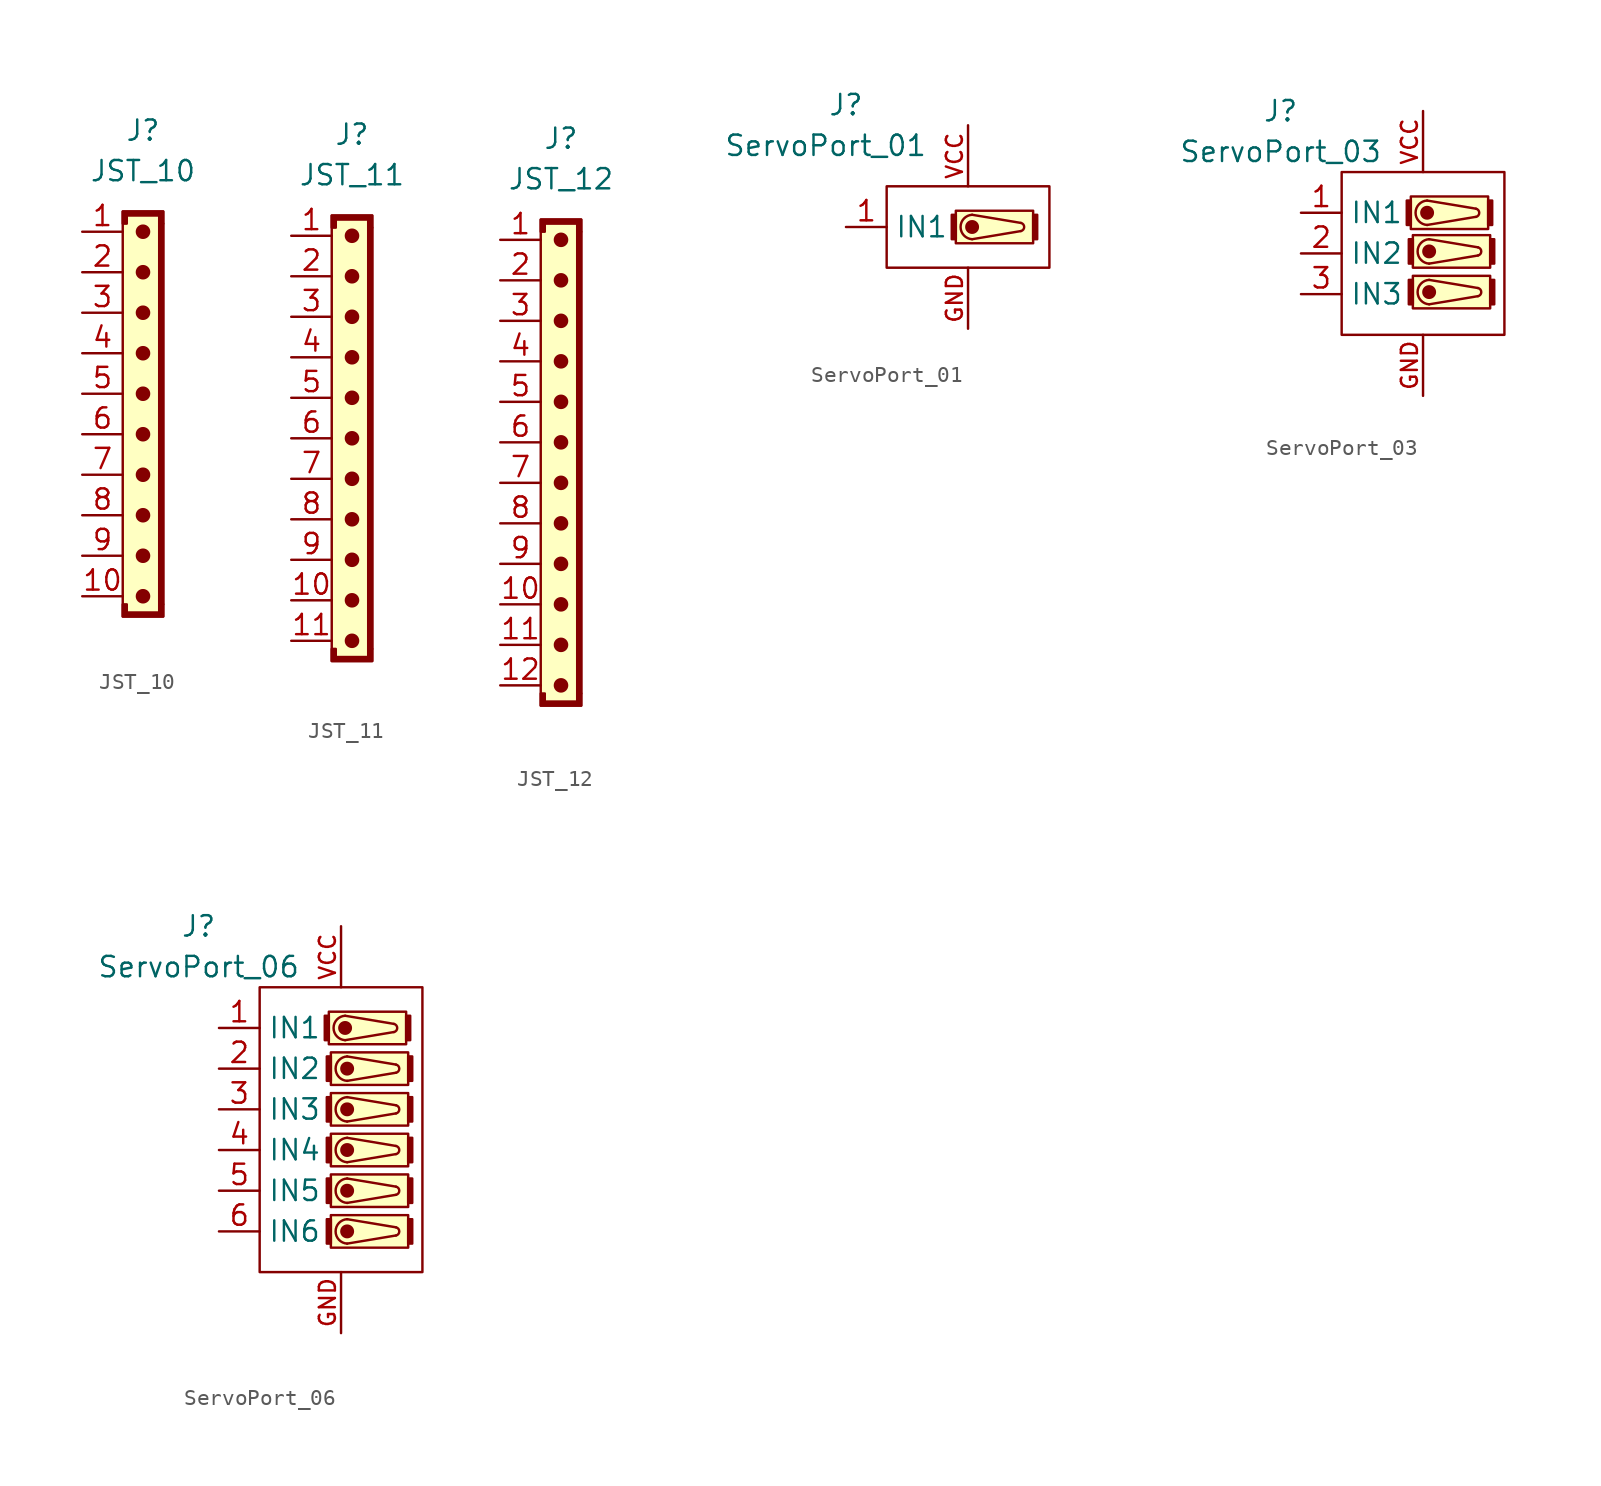
<source format=kicad_sym>
(kicad_symbol_lib
  (version 20220914)
  (generator kicad_symbol_editor)
  (symbol "JST_10"
    (property "Reference" "J"
      (at 0 18.034 0)
      (effects (font (size 1.27 1.27))))
    (property "Value" "JST_10"
      (at 0 15.494 0)
      (effects (font (size 1.27 1.27))))
    (symbol "JST_10_0_1"
      (rectangle (start -1.27 12.954) (end 1.27 -12.446) (stroke (width 0) (type default)) (fill (type background)))
      (circle (center 0 -11.176) (radius 0.381) (stroke (width 0) (type default)) (fill (type outline)))
      (circle (center 0 -8.636) (radius 0.381) (stroke (width 0) (type default)) (fill (type outline)))
      (circle (center 0 -6.096) (radius 0.381) (stroke (width 0) (type default)) (fill (type outline)))
      (circle (center 0 -3.556) (radius 0.381) (stroke (width 0) (type default)) (fill (type outline)))
      (circle (center 0 -1.016) (radius 0.381) (stroke (width 0) (type default)) (fill (type outline)))
      (polyline (pts (xy -1.27 -11.684) (xy -1.27 -12.446) (xy 1.27 -12.446) (xy 1.27 -11.684) (xy 1.016 -11.684) (xy 1.016 -12.192) (xy -1.016 -12.192) (xy -1.016 -11.684) (xy -1.27 -11.684)) (stroke (width 0) (type default)) (fill (type outline)))
      (polyline (pts (xy 1.27 12.192) (xy 1.27 12.954) (xy -1.27 12.954) (xy -1.27 12.192) (xy -1.016 12.192) (xy -1.016 12.7) (xy 1.016 12.7) (xy 1.016 12.192) (xy 1.27 12.192)) (stroke (width 0) (type default)) (fill (type outline)))
      (circle (center 0 1.524) (radius 0.381) (stroke (width 0) (type default)) (fill (type outline)))
      (circle (center 0 4.064) (radius 0.381) (stroke (width 0) (type default)) (fill (type outline)))
      (circle (center 0 6.604) (radius 0.381) (stroke (width 0) (type default)) (fill (type outline)))
      (circle (center 0 9.144) (radius 0.381) (stroke (width 0) (type default)) (fill (type outline)))
      (circle (center 0 11.684) (radius 0.381) (stroke (width 0) (type default)) (fill (type outline)))
      (rectangle (start 1.016 12.192) (end 1.27 -11.684) (stroke (width 0) (type default)) (fill (type outline))))
    (symbol "JST_10_1_1"
      (pin passive line (at -3.81 11.684 0) (length 2.54) (name "" (effects (font (size 1.27 1.27)))) (number "1" (effects (font (size 1.27 1.27)))))
      (pin passive line (at -3.81 -11.176 0) (length 2.54) (name "" (effects (font (size 1.27 1.27)))) (number "10" (effects (font (size 1.27 1.27)))))
      (pin passive line (at -3.81 9.144 0) (length 2.54) (name "" (effects (font (size 1.27 1.27)))) (number "2" (effects (font (size 1.27 1.27)))))
      (pin passive line (at -3.81 6.604 0) (length 2.54) (name "" (effects (font (size 1.27 1.27)))) (number "3" (effects (font (size 1.27 1.27)))))
      (pin passive line (at -3.81 4.064 0) (length 2.54) (name "" (effects (font (size 1.27 1.27)))) (number "4" (effects (font (size 1.27 1.27)))))
      (pin passive line (at -3.81 1.524 0) (length 2.54) (name "" (effects (font (size 1.27 1.27)))) (number "5" (effects (font (size 1.27 1.27)))))
      (pin passive line (at -3.81 -1.016 0) (length 2.54) (name "" (effects (font (size 1.27 1.27)))) (number "6" (effects (font (size 1.27 1.27)))))
      (pin passive line (at -3.81 -3.556 0) (length 2.54) (name "" (effects (font (size 1.27 1.27)))) (number "7" (effects (font (size 1.27 1.27)))))
      (pin passive line (at -3.81 -6.096 0) (length 2.54) (name "" (effects (font (size 1.27 1.27)))) (number "8" (effects (font (size 1.27 1.27)))))
      (pin passive line (at -3.81 -8.636 0) (length 2.54) (name "" (effects (font (size 1.27 1.27)))) (number "9" (effects (font (size 1.27 1.27)))))))
  (symbol "JST_11"
    (property "Reference" "J"
      (at 0.254 19.05 0)
      (effects (font (size 1.27 1.27))))
    (property "Value" "JST_11"
      (at 0.254 16.51 0)
      (effects (font (size 1.27 1.27))))
    (symbol "JST_11_0_1"
      (rectangle (start -1.016 13.97) (end 1.524 -13.97) (stroke (width 0) (type default)) (fill (type background)))
      (polyline (pts (xy -1.016 -13.208) (xy -1.016 -13.97) (xy 1.524 -13.97) (xy 1.524 -13.208) (xy 1.27 -13.208) (xy 1.27 -13.716) (xy -0.762 -13.716) (xy -0.762 -13.208) (xy -1.016 -13.208)) (stroke (width 0) (type default)) (fill (type outline)))
      (polyline (pts (xy 1.524 13.208) (xy 1.524 13.97) (xy -1.016 13.97) (xy -1.016 13.208) (xy -0.762 13.208) (xy -0.762 13.716) (xy 1.27 13.716) (xy 1.27 13.208) (xy 1.524 13.208)) (stroke (width 0) (type default)) (fill (type outline)))
      (circle (center 0.254 -12.7) (radius 0.381) (stroke (width 0) (type default)) (fill (type outline)))
      (circle (center 0.254 -10.16) (radius 0.381) (stroke (width 0) (type default)) (fill (type outline)))
      (circle (center 0.254 -7.62) (radius 0.381) (stroke (width 0) (type default)) (fill (type outline)))
      (circle (center 0.254 -5.08) (radius 0.381) (stroke (width 0) (type default)) (fill (type outline)))
      (circle (center 0.254 -2.54) (radius 0.381) (stroke (width 0) (type default)) (fill (type outline)))
      (circle (center 0.254 0) (radius 0.381) (stroke (width 0) (type default)) (fill (type outline)))
      (circle (center 0.254 2.54) (radius 0.381) (stroke (width 0) (type default)) (fill (type outline)))
      (circle (center 0.254 5.08) (radius 0.381) (stroke (width 0) (type default)) (fill (type outline)))
      (circle (center 0.254 7.62) (radius 0.381) (stroke (width 0) (type default)) (fill (type outline)))
      (circle (center 0.254 10.16) (radius 0.381) (stroke (width 0) (type default)) (fill (type outline)))
      (circle (center 0.254 12.7) (radius 0.381) (stroke (width 0) (type default)) (fill (type outline)))
      (rectangle (start 1.27 13.208) (end 1.524 -13.208) (stroke (width 0) (type default)) (fill (type outline))))
    (symbol "JST_11_1_1"
      (pin passive line (at -3.556 12.7 0) (length 2.54) (name "" (effects (font (size 1.27 1.27)))) (number "1" (effects (font (size 1.27 1.27)))))
      (pin passive line (at -3.556 -10.16 0) (length 2.54) (name "" (effects (font (size 1.27 1.27)))) (number "10" (effects (font (size 1.27 1.27)))))
      (pin passive line (at -3.556 -12.7 0) (length 2.54) (name "" (effects (font (size 1.27 1.27)))) (number "11" (effects (font (size 1.27 1.27)))))
      (pin passive line (at -3.556 10.16 0) (length 2.54) (name "" (effects (font (size 1.27 1.27)))) (number "2" (effects (font (size 1.27 1.27)))))
      (pin passive line (at -3.556 7.62 0) (length 2.54) (name "" (effects (font (size 1.27 1.27)))) (number "3" (effects (font (size 1.27 1.27)))))
      (pin passive line (at -3.556 5.08 0) (length 2.54) (name "" (effects (font (size 1.27 1.27)))) (number "4" (effects (font (size 1.27 1.27)))))
      (pin passive line (at -3.556 2.54 0) (length 2.54) (name "" (effects (font (size 1.27 1.27)))) (number "5" (effects (font (size 1.27 1.27)))))
      (pin passive line (at -3.556 0 0) (length 2.54) (name "" (effects (font (size 1.27 1.27)))) (number "6" (effects (font (size 1.27 1.27)))))
      (pin passive line (at -3.556 -2.54 0) (length 2.54) (name "" (effects (font (size 1.27 1.27)))) (number "7" (effects (font (size 1.27 1.27)))))
      (pin passive line (at -3.556 -5.08 0) (length 2.54) (name "" (effects (font (size 1.27 1.27)))) (number "8" (effects (font (size 1.27 1.27)))))
      (pin passive line (at -3.556 -7.62 0) (length 2.54) (name "" (effects (font (size 1.27 1.27)))) (number "9" (effects (font (size 1.27 1.27)))))))
  (symbol "JST_12"
    (property "Reference" "J"
      (at 0 20.574 0)
      (effects (font (size 1.27 1.27))))
    (property "Value" "JST_12"
      (at 0 18.034 0)
      (effects (font (size 1.27 1.27))))
    (symbol "JST_12_0_1"
      (rectangle (start -1.27 15.494) (end 1.27 -14.986) (stroke (width 0) (type default)) (fill (type background)))
      (circle (center 0 -13.716) (radius 0.381) (stroke (width 0) (type default)) (fill (type outline)))
      (circle (center 0 -11.176) (radius 0.381) (stroke (width 0) (type default)) (fill (type outline)))
      (circle (center 0 -8.636) (radius 0.381) (stroke (width 0) (type default)) (fill (type outline)))
      (circle (center 0 -6.096) (radius 0.381) (stroke (width 0) (type default)) (fill (type outline)))
      (circle (center 0 -3.556) (radius 0.381) (stroke (width 0) (type default)) (fill (type outline)))
      (circle (center 0 -1.016) (radius 0.381) (stroke (width 0) (type default)) (fill (type outline)))
      (polyline (pts (xy -1.27 -14.224) (xy -1.27 -14.986) (xy 1.27 -14.986) (xy 1.27 -14.224) (xy 1.016 -14.224) (xy 1.016 -14.732) (xy -1.016 -14.732) (xy -1.016 -14.224) (xy -1.27 -14.224)) (stroke (width 0) (type default)) (fill (type outline)))
      (polyline (pts (xy 1.27 14.732) (xy 1.27 15.494) (xy -1.27 15.494) (xy -1.27 14.732) (xy -1.016 14.732) (xy -1.016 15.24) (xy 1.016 15.24) (xy 1.016 14.732) (xy 1.27 14.732)) (stroke (width 0) (type default)) (fill (type outline)))
      (circle (center 0 1.524) (radius 0.381) (stroke (width 0) (type default)) (fill (type outline)))
      (circle (center 0 4.064) (radius 0.381) (stroke (width 0) (type default)) (fill (type outline)))
      (circle (center 0 6.604) (radius 0.381) (stroke (width 0) (type default)) (fill (type outline)))
      (circle (center 0 9.144) (radius 0.381) (stroke (width 0) (type default)) (fill (type outline)))
      (circle (center 0 11.684) (radius 0.381) (stroke (width 0) (type default)) (fill (type outline)))
      (circle (center 0 14.224) (radius 0.381) (stroke (width 0) (type default)) (fill (type outline)))
      (rectangle (start 1.016 14.732) (end 1.27 -14.224) (stroke (width 0) (type default)) (fill (type outline))))
    (symbol "JST_12_1_1"
      (pin passive line (at -3.81 14.224 0) (length 2.54) (name "" (effects (font (size 1.27 1.27)))) (number "1" (effects (font (size 1.27 1.27)))))
      (pin passive line (at -3.81 -8.636 0) (length 2.54) (name "" (effects (font (size 1.27 1.27)))) (number "10" (effects (font (size 1.27 1.27)))))
      (pin passive line (at -3.81 -11.176 0) (length 2.54) (name "" (effects (font (size 1.27 1.27)))) (number "11" (effects (font (size 1.27 1.27)))))
      (pin passive line (at -3.81 -13.716 0) (length 2.54) (name "" (effects (font (size 1.27 1.27)))) (number "12" (effects (font (size 1.27 1.27)))))
      (pin passive line (at -3.81 11.684 0) (length 2.54) (name "" (effects (font (size 1.27 1.27)))) (number "2" (effects (font (size 1.27 1.27)))))
      (pin passive line (at -3.81 9.144 0) (length 2.54) (name "" (effects (font (size 1.27 1.27)))) (number "3" (effects (font (size 1.27 1.27)))))
      (pin passive line (at -3.81 6.604 0) (length 2.54) (name "" (effects (font (size 1.27 1.27)))) (number "4" (effects (font (size 1.27 1.27)))))
      (pin passive line (at -3.81 4.064 0) (length 2.54) (name "" (effects (font (size 1.27 1.27)))) (number "5" (effects (font (size 1.27 1.27)))))
      (pin passive line (at -3.81 1.524 0) (length 2.54) (name "" (effects (font (size 1.27 1.27)))) (number "6" (effects (font (size 1.27 1.27)))))
      (pin passive line (at -3.81 -1.016 0) (length 2.54) (name "" (effects (font (size 1.27 1.27)))) (number "7" (effects (font (size 1.27 1.27)))))
      (pin passive line (at -3.81 -3.556 0) (length 2.54) (name "" (effects (font (size 1.27 1.27)))) (number "8" (effects (font (size 1.27 1.27)))))
      (pin passive line (at -3.81 -6.096 0) (length 2.54) (name "" (effects (font (size 1.27 1.27)))) (number "9" (effects (font (size 1.27 1.27)))))))
  (symbol "ServoPort_01"
    (property "Reference" "J"
      (at -7.62 7.62 0)
      (effects (font (size 1.27 1.27))))
    (property "Value" "ServoPort_01"
      (at -8.89 5.08 0)
      (effects (font (size 1.27 1.27))))
    (symbol "ServoPort_01_0_1"
      (rectangle (start -5.08 2.54) (end 5.08 -2.54) (stroke (width 0) (type default)) (fill (type none)))
      (rectangle (start -0.762 0.762) (end -1.016 -0.762) (stroke (width 0) (type default)) (fill (type outline)))
      (rectangle (start -0.762 1.016) (end 4.064 -1.016) (stroke (width 0) (type default)) (fill (type background)))
      (polyline (pts (xy 0.254 0.762) (xy 3.302 0.254)) (stroke (width 0) (type default)) (fill (type none)))
      (polyline (pts (xy 3.302 -0.254) (xy 0.254 -0.762)) (stroke (width 0) (type default)) (fill (type none)))
      (circle (center 0.254 0) (radius 0.359) (stroke (width 0) (type default)) (fill (type outline)))
      (arc (start 0.254 0.762) (mid -0.4664 0) (end 0.254 -0.762) (stroke (width 0) (type default)) (fill (type none)))
      (arc (start 3.302 -0.254) (mid 3.5069 0) (end 3.302 0.254) (stroke (width 0) (type default)) (fill (type none)))
      (rectangle (start 4.064 0.762) (end 4.318 -0.762) (stroke (width 0) (type default)) (fill (type outline))))
    (symbol "ServoPort_01_1_1"
      (pin input line (at -7.62 0 0) (length 2.54) (name "IN1" (effects (font (size 1.27 1.27)))) (number "1" (effects (font (size 1.27 1.27)))))
      (pin power_in line (at 0 -6.35 90) (length 3.81) (name "" (effects (font (size 1 1)))) (number "GND" (effects (font (size 1 1)))))
      (pin power_in line (at 0 6.35 270) (length 3.81) (name "" (effects (font (size 1 1)))) (number "VCC" (effects (font (size 1 1)))))))
  (symbol "ServoPort_03"
    (property "Reference" "J"
      (at -8.89 8.89 0)
      (effects (font (size 1.27 1.27))))
    (property "Value" "ServoPort_03"
      (at -8.89 6.35 0)
      (effects (font (size 1.27 1.27))))
    (symbol "ServoPort_03_0_1"
      (rectangle (start -5.08 5.08) (end 5.08 -5.08) (stroke (width 0) (type default)) (fill (type none)))
      (rectangle (start -0.762 3.302) (end -1.016 1.778) (stroke (width 0) (type default)) (fill (type outline)))
      (rectangle (start -0.762 3.556) (end 4.064 1.524) (stroke (width 0) (type default)) (fill (type background)))
      (rectangle (start -0.635 -1.651) (end -0.889 -3.175) (stroke (width 0) (type default)) (fill (type outline)))
      (rectangle (start -0.635 -1.397) (end 4.191 -3.429) (stroke (width 0) (type default)) (fill (type background)))
      (rectangle (start -0.635 0.889) (end -0.889 -0.635) (stroke (width 0) (type default)) (fill (type outline)))
      (rectangle (start -0.635 1.143) (end 4.191 -0.889) (stroke (width 0) (type default)) (fill (type background)))
      (polyline (pts (xy 0.254 3.302) (xy 3.302 2.794)) (stroke (width 0) (type default)) (fill (type none)))
      (polyline (pts (xy 0.381 -1.651) (xy 3.429 -2.159)) (stroke (width 0) (type default)) (fill (type none)))
      (polyline (pts (xy 0.381 0.889) (xy 3.429 0.381)) (stroke (width 0) (type default)) (fill (type none)))
      (polyline (pts (xy 3.302 2.286) (xy 0.254 1.778)) (stroke (width 0) (type default)) (fill (type none)))
      (polyline (pts (xy 3.429 -2.667) (xy 0.381 -3.175)) (stroke (width 0) (type default)) (fill (type none)))
      (polyline (pts (xy 3.429 -0.127) (xy 0.381 -0.635)) (stroke (width 0) (type default)) (fill (type none)))
      (circle (center 0.254 2.54) (radius 0.359) (stroke (width 0) (type default)) (fill (type outline)))
      (arc (start 0.254 3.302) (mid -0.4664 2.54) (end 0.254 1.778) (stroke (width 0) (type default)) (fill (type none)))
      (circle (center 0.381 -2.413) (radius 0.359) (stroke (width 0) (type default)) (fill (type outline)))
      (arc (start 0.381 -1.651) (mid -0.3394 -2.413) (end 0.381 -3.175) (stroke (width 0) (type default)) (fill (type none)))
      (circle (center 0.381 0.127) (radius 0.359) (stroke (width 0) (type default)) (fill (type outline)))
      (arc (start 0.381 0.889) (mid -0.3394 0.127) (end 0.381 -0.635) (stroke (width 0) (type default)) (fill (type none)))
      (arc (start 3.302 2.286) (mid 3.5069 2.54) (end 3.302 2.794) (stroke (width 0) (type default)) (fill (type none)))
      (arc (start 3.429 -2.667) (mid 3.6339 -2.413) (end 3.429 -2.159) (stroke (width 0) (type default)) (fill (type none)))
      (arc (start 3.429 -0.127) (mid 3.6339 0.127) (end 3.429 0.381) (stroke (width 0) (type default)) (fill (type none)))
      (rectangle (start 4.064 3.302) (end 4.318 1.778) (stroke (width 0) (type default)) (fill (type outline)))
      (rectangle (start 4.191 -1.651) (end 4.445 -3.175) (stroke (width 0) (type default)) (fill (type outline)))
      (rectangle (start 4.191 0.889) (end 4.445 -0.635) (stroke (width 0) (type default)) (fill (type outline))))
    (symbol "ServoPort_03_1_1"
      (pin input line (at -7.62 2.54 0) (length 2.54) (name "IN1" (effects (font (size 1.27 1.27)))) (number "1" (effects (font (size 1.27 1.27)))))
      (pin input line (at -7.62 0 0) (length 2.54) (name "IN2" (effects (font (size 1.27 1.27)))) (number "2" (effects (font (size 1.27 1.27)))))
      (pin input line (at -7.62 -2.54 0) (length 2.54) (name "IN3" (effects (font (size 1.27 1.27)))) (number "3" (effects (font (size 1.27 1.27)))))
      (pin power_in line (at 0 -8.89 90) (length 3.81) (name "" (effects (font (size 1 1)))) (number "GND" (effects (font (size 1 1)))))
      (pin power_in line (at 0 8.89 270) (length 3.81) (name "" (effects (font (size 1 1)))) (number "VCC" (effects (font (size 1 1)))))))
  (symbol "ServoPort_06"
    (property "Reference" "J"
      (at -8.89 12.7 0)
      (effects (font (size 1.27 1.27))))
    (property "Value" "ServoPort_06"
      (at -8.89 10.16 0)
      (effects (font (size 1.27 1.27))))
    (symbol "ServoPort_06_0_1"
      (rectangle (start -5.08 8.89) (end 5.08 -8.89) (stroke (width 0) (type default)) (fill (type none)))
      (rectangle (start -0.762 7.112) (end -1.016 5.588) (stroke (width 0) (type default)) (fill (type outline)))
      (rectangle (start -0.762 7.366) (end 4.064 5.334) (stroke (width 0) (type default)) (fill (type background)))
      (rectangle (start -0.635 -5.588) (end -0.889 -7.112) (stroke (width 0) (type default)) (fill (type outline)))
      (rectangle (start -0.635 -5.334) (end 4.191 -7.366) (stroke (width 0) (type default)) (fill (type background)))
      (rectangle (start -0.635 -3.048) (end -0.889 -4.572) (stroke (width 0) (type default)) (fill (type outline)))
      (rectangle (start -0.635 -2.794) (end 4.191 -4.826) (stroke (width 0) (type default)) (fill (type background)))
      (rectangle (start -0.635 -0.508) (end -0.889 -2.032) (stroke (width 0) (type default)) (fill (type outline)))
      (rectangle (start -0.635 -0.254) (end 4.191 -2.286) (stroke (width 0) (type default)) (fill (type background)))
      (rectangle (start -0.635 2.032) (end -0.889 0.508) (stroke (width 0) (type default)) (fill (type outline)))
      (rectangle (start -0.635 2.286) (end 4.191 0.254) (stroke (width 0) (type default)) (fill (type background)))
      (rectangle (start -0.635 4.572) (end -0.889 3.048) (stroke (width 0) (type default)) (fill (type outline)))
      (rectangle (start -0.635 4.826) (end 4.191 2.794) (stroke (width 0) (type default)) (fill (type background)))
      (polyline (pts (xy 0.254 7.112) (xy 3.302 6.604)) (stroke (width 0) (type default)) (fill (type none)))
      (polyline (pts (xy 0.381 -5.588) (xy 3.429 -6.096)) (stroke (width 0) (type default)) (fill (type none)))
      (polyline (pts (xy 0.381 -3.048) (xy 3.429 -3.556)) (stroke (width 0) (type default)) (fill (type none)))
      (polyline (pts (xy 0.381 -0.508) (xy 3.429 -1.016)) (stroke (width 0) (type default)) (fill (type none)))
      (polyline (pts (xy 0.381 2.032) (xy 3.429 1.524)) (stroke (width 0) (type default)) (fill (type none)))
      (polyline (pts (xy 0.381 4.572) (xy 3.429 4.064)) (stroke (width 0) (type default)) (fill (type none)))
      (polyline (pts (xy 3.302 6.096) (xy 0.254 5.588)) (stroke (width 0) (type default)) (fill (type none)))
      (polyline (pts (xy 3.429 -6.604) (xy 0.381 -7.112)) (stroke (width 0) (type default)) (fill (type none)))
      (polyline (pts (xy 3.429 -4.064) (xy 0.381 -4.572)) (stroke (width 0) (type default)) (fill (type none)))
      (polyline (pts (xy 3.429 -1.524) (xy 0.381 -2.032)) (stroke (width 0) (type default)) (fill (type none)))
      (polyline (pts (xy 3.429 1.016) (xy 0.381 0.508)) (stroke (width 0) (type default)) (fill (type none)))
      (polyline (pts (xy 3.429 3.556) (xy 0.381 3.048)) (stroke (width 0) (type default)) (fill (type none)))
      (circle (center 0.254 6.35) (radius 0.359) (stroke (width 0) (type default)) (fill (type outline)))
      (arc (start 0.254 7.112) (mid -0.4664 6.35) (end 0.254 5.588) (stroke (width 0) (type default)) (fill (type none)))
      (circle (center 0.381 -6.35) (radius 0.359) (stroke (width 0) (type default)) (fill (type outline)))
      (arc (start 0.381 -5.588) (mid -0.3394 -6.35) (end 0.381 -7.112) (stroke (width 0) (type default)) (fill (type none)))
      (circle (center 0.381 -3.81) (radius 0.359) (stroke (width 0) (type default)) (fill (type outline)))
      (arc (start 0.381 -3.048) (mid -0.3394 -3.81) (end 0.381 -4.572) (stroke (width 0) (type default)) (fill (type none)))
      (circle (center 0.381 -1.27) (radius 0.359) (stroke (width 0) (type default)) (fill (type outline)))
      (arc (start 0.381 -0.508) (mid -0.3394 -1.27) (end 0.381 -2.032) (stroke (width 0) (type default)) (fill (type none)))
      (circle (center 0.381 1.27) (radius 0.359) (stroke (width 0) (type default)) (fill (type outline)))
      (arc (start 0.381 2.032) (mid -0.3394 1.27) (end 0.381 0.508) (stroke (width 0) (type default)) (fill (type none)))
      (circle (center 0.381 3.81) (radius 0.359) (stroke (width 0) (type default)) (fill (type outline)))
      (arc (start 0.381 4.572) (mid -0.3394 3.81) (end 0.381 3.048) (stroke (width 0) (type default)) (fill (type none)))
      (arc (start 3.302 6.096) (mid 3.5069 6.35) (end 3.302 6.604) (stroke (width 0) (type default)) (fill (type none)))
      (arc (start 3.429 -6.604) (mid 3.6339 -6.35) (end 3.429 -6.096) (stroke (width 0) (type default)) (fill (type none)))
      (arc (start 3.429 -4.064) (mid 3.6339 -3.81) (end 3.429 -3.556) (stroke (width 0) (type default)) (fill (type none)))
      (arc (start 3.429 -1.524) (mid 3.6339 -1.27) (end 3.429 -1.016) (stroke (width 0) (type default)) (fill (type none)))
      (arc (start 3.429 1.016) (mid 3.6339 1.27) (end 3.429 1.524) (stroke (width 0) (type default)) (fill (type none)))
      (arc (start 3.429 3.556) (mid 3.6339 3.81) (end 3.429 4.064) (stroke (width 0) (type default)) (fill (type none)))
      (rectangle (start 4.064 7.112) (end 4.318 5.588) (stroke (width 0) (type default)) (fill (type outline)))
      (rectangle (start 4.191 -5.588) (end 4.445 -7.112) (stroke (width 0) (type default)) (fill (type outline)))
      (rectangle (start 4.191 -3.048) (end 4.445 -4.572) (stroke (width 0) (type default)) (fill (type outline)))
      (rectangle (start 4.191 -0.508) (end 4.445 -2.032) (stroke (width 0) (type default)) (fill (type outline)))
      (rectangle (start 4.191 2.032) (end 4.445 0.508) (stroke (width 0) (type default)) (fill (type outline)))
      (rectangle (start 4.191 4.572) (end 4.445 3.048) (stroke (width 0) (type default)) (fill (type outline))))
    (symbol "ServoPort_06_1_1"
      (pin input line (at -7.62 6.35 0) (length 2.54) (name "IN1" (effects (font (size 1.27 1.27)))) (number "1" (effects (font (size 1.27 1.27)))))
      (pin input line (at -7.62 3.81 0) (length 2.54) (name "IN2" (effects (font (size 1.27 1.27)))) (number "2" (effects (font (size 1.27 1.27)))))
      (pin input line (at -7.62 1.27 0) (length 2.54) (name "IN3" (effects (font (size 1.27 1.27)))) (number "3" (effects (font (size 1.27 1.27)))))
      (pin input line (at -7.62 -1.27 0) (length 2.54) (name "IN4" (effects (font (size 1.27 1.27)))) (number "4" (effects (font (size 1.27 1.27)))))
      (pin input line (at -7.62 -3.81 0) (length 2.54) (name "IN5" (effects (font (size 1.27 1.27)))) (number "5" (effects (font (size 1.27 1.27)))))
      (pin input line (at -7.62 -6.35 0) (length 2.54) (name "IN6" (effects (font (size 1.27 1.27)))) (number "6" (effects (font (size 1.27 1.27)))))
      (pin power_in line (at 0 -12.7 90) (length 3.81) (name "" (effects (font (size 1 1)))) (number "GND" (effects (font (size 1 1)))))
      (pin power_in line (at 0 12.7 270) (length 3.81) (name "" (effects (font (size 1 1)))) (number "VCC" (effects (font (size 1 1))))))))
</source>
